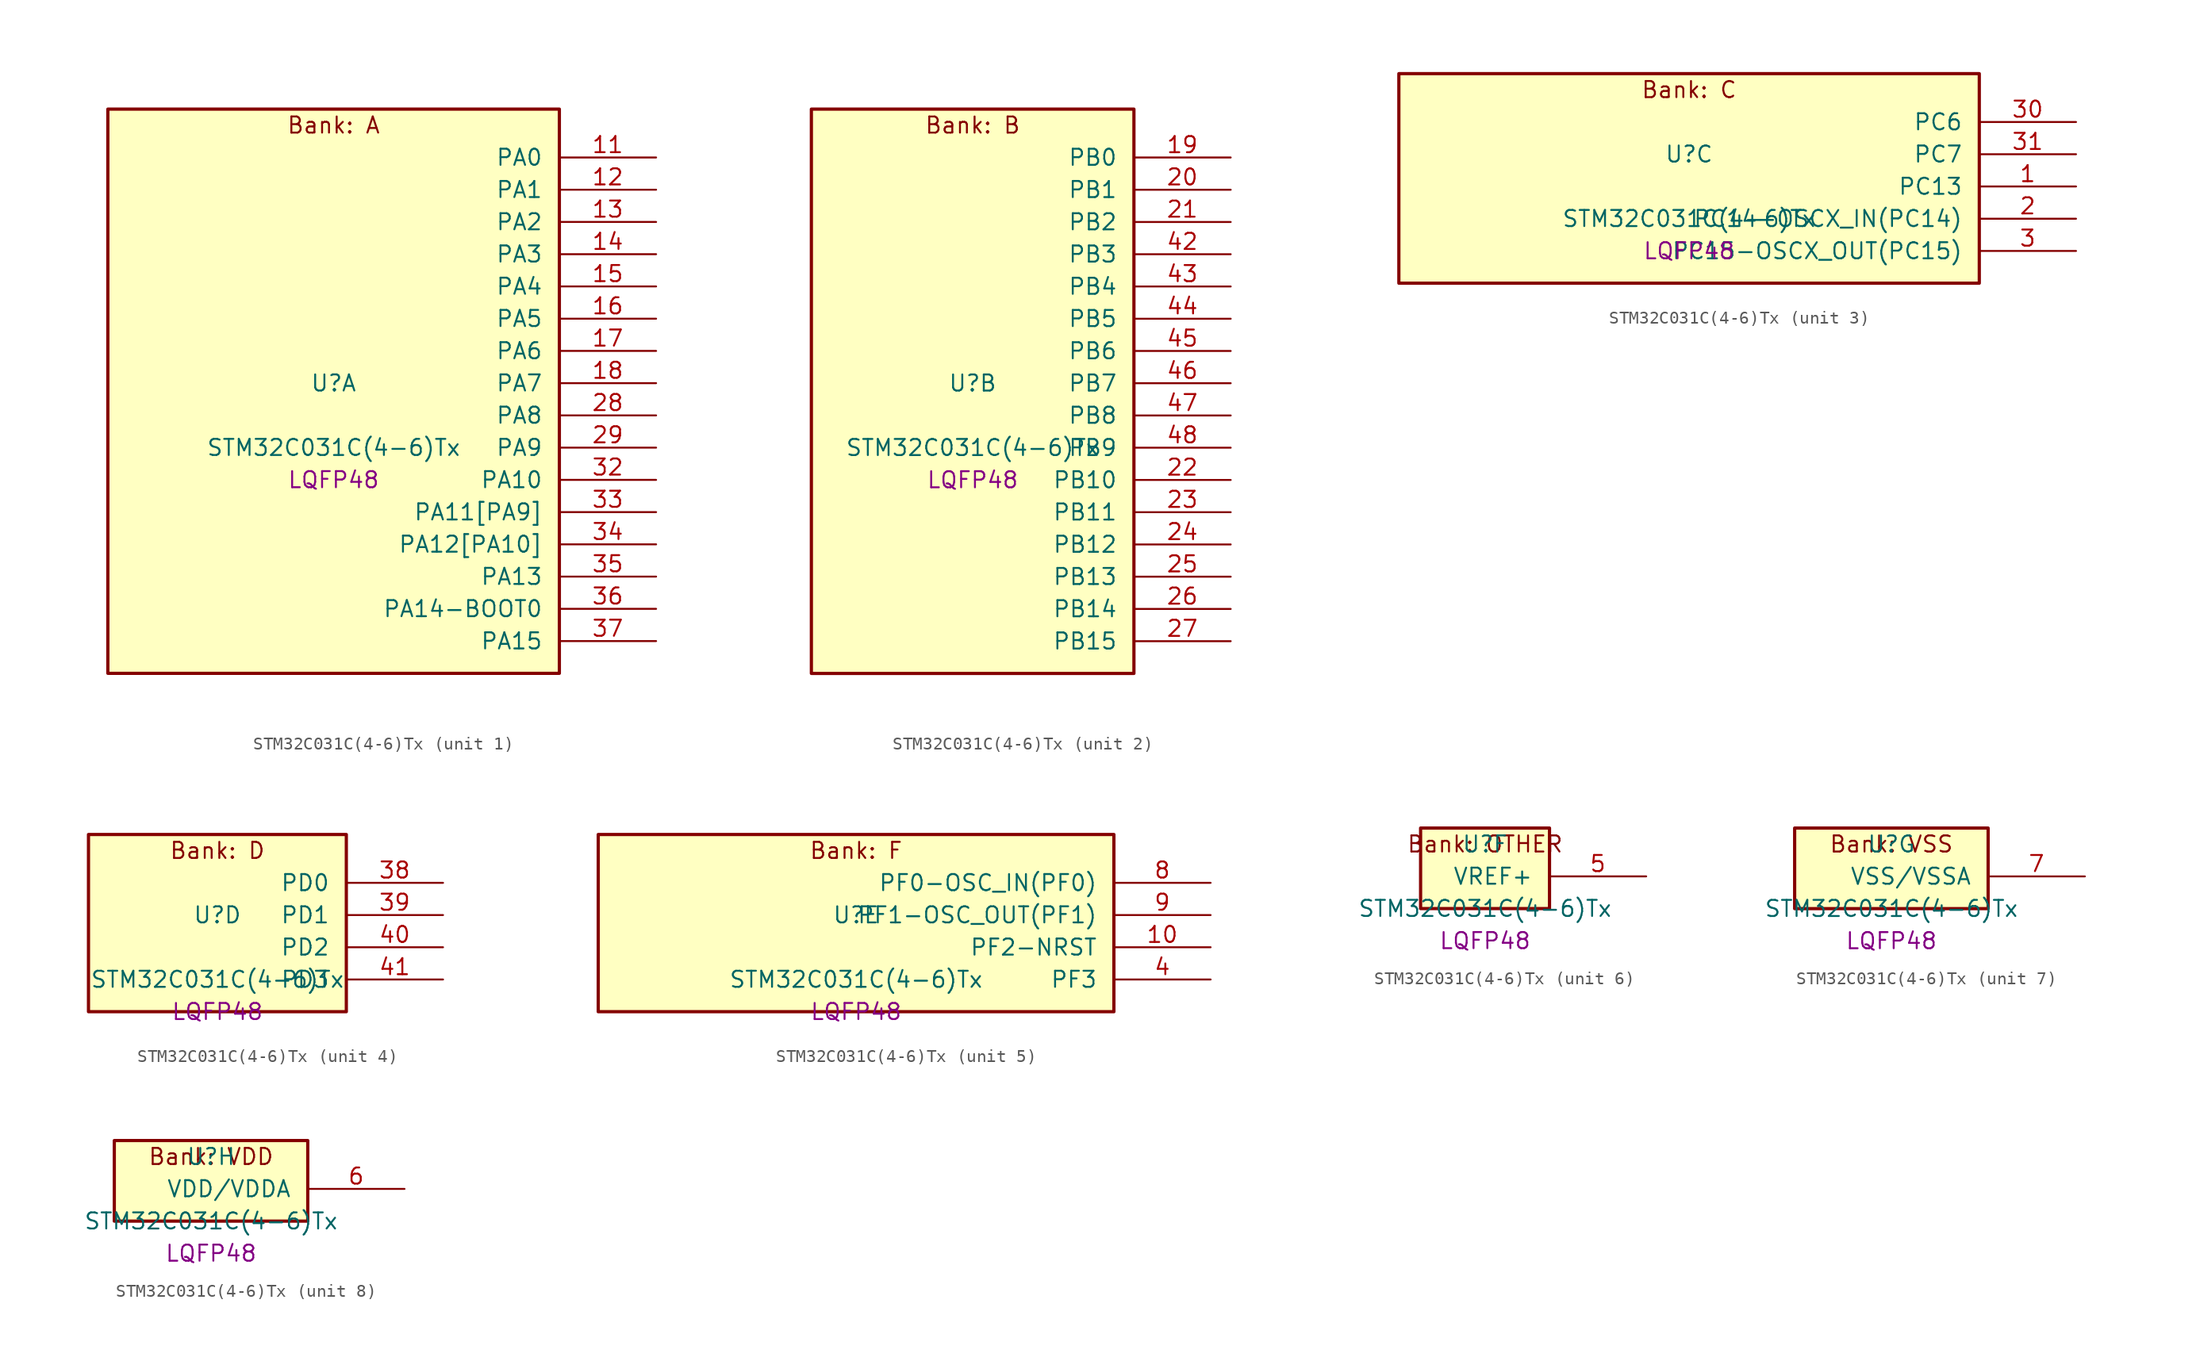
<source format=kicad_sym>
(kicad_symbol_lib
  (version 20241209)
  (generator "stm32_pkl_generator")
  (generator_version "1.0")
  (symbol "STM32C031C(4-6)Tx"
    (pin_names
      (offset 1.27))
    (property "Reference" "U"
      (at 0 2.54 0))
    (property "Value" "STM32C031C(4-6)Tx"
      (at 0 -2.54 0))
    (property "Footprint" "LQFP48"
      (at 0 -5.08 0))
    (symbol "STM32C031C(4-6)Tx_1_1"
      (rectangle (start -17.78 24.13) (end 17.78 -20.32) (stroke (width 0.254) (type solid)) (fill (type background)))
      (text "Bank: A" (at 0 22.86 0))
      (pin bidirectional line (at 25.4 20.32 180) (length 7.62) (name "PA0") (number "11") (alternate "PA0/ADC1_IN0" bidirectional line) (alternate "PA0/PWR_WKUP1" bidirectional line) (alternate "PA0/TIM16_CH1" bidirectional line) (alternate "PA0/TIM1_CH1" bidirectional line) (alternate "PA0/USART1_TX" bidirectional line) (alternate "PA0/USART2_CTS" bidirectional line) (alternate "PA0/USART2_NSS" bidirectional line))
      (pin bidirectional line (at 25.4 17.78 180) (length 7.62) (name "PA1") (number "12") (alternate "PA1/ADC1_IN1" bidirectional line) (alternate "PA1/I2C1_SMBA" bidirectional line) (alternate "PA1/I2S1_CK" bidirectional line) (alternate "PA1/SPI1_SCK" bidirectional line) (alternate "PA1/TIM17_CH1" bidirectional line) (alternate "PA1/TIM1_CH2" bidirectional line) (alternate "PA1/USART1_RX" bidirectional line) (alternate "PA1/USART2_CK" bidirectional line) (alternate "PA1/USART2_DE" bidirectional line) (alternate "PA1/USART2_RTS" bidirectional line))
      (pin bidirectional line (at 25.4 15.24 180) (length 7.62) (name "PA2") (number "13") (alternate "PA2/ADC1_IN2" bidirectional line) (alternate "PA2/I2S1_SD" bidirectional line) (alternate "PA2/PWR_WKUP4" bidirectional line) (alternate "PA2/RCC_LSCO" bidirectional line) (alternate "PA2/SPI1_MOSI" bidirectional line) (alternate "PA2/TIM16_CH1N" bidirectional line) (alternate "PA2/TIM1_CH3" bidirectional line) (alternate "PA2/TIM3_ETR" bidirectional line) (alternate "PA2/USART2_TX" bidirectional line))
      (pin bidirectional line (at 25.4 12.7 180) (length 7.62) (name "PA3") (number "14") (alternate "PA3/ADC1_IN3" bidirectional line) (alternate "PA3/TIM1_CH1N" bidirectional line) (alternate "PA3/TIM1_CH4" bidirectional line) (alternate "PA3/USART2_RX" bidirectional line))
      (pin bidirectional line (at 25.4 10.16 180) (length 7.62) (name "PA4") (number "15") (alternate "PA4/ADC1_IN4" bidirectional line) (alternate "PA4/I2S1_WS" bidirectional line) (alternate "PA4/RTC_OUT2" bidirectional line) (alternate "PA4/SPI1_NSS" bidirectional line) (alternate "PA4/TIM14_CH1" bidirectional line) (alternate "PA4/TIM17_CH1N" bidirectional line) (alternate "PA4/TIM1_CH2N" bidirectional line) (alternate "PA4/USART2_TX" bidirectional line))
      (pin bidirectional line (at 25.4 7.62 180) (length 7.62) (name "PA5") (number "16") (alternate "PA5/ADC1_IN5" bidirectional line) (alternate "PA5/I2S1_CK" bidirectional line) (alternate "PA5/SPI1_SCK" bidirectional line) (alternate "PA5/TIM1_CH1" bidirectional line) (alternate "PA5/TIM1_CH3N" bidirectional line) (alternate "PA5/USART2_RX" bidirectional line))
      (pin bidirectional line (at 25.4 5.08 180) (length 7.62) (name "PA6") (number "17") (alternate "PA6/ADC1_IN6" bidirectional line) (alternate "PA6/I2S1_MCK" bidirectional line) (alternate "PA6/SPI1_MISO" bidirectional line) (alternate "PA6/TIM16_CH1" bidirectional line) (alternate "PA6/TIM1_BKIN" bidirectional line) (alternate "PA6/TIM3_CH1" bidirectional line))
      (pin bidirectional line (at 25.4 2.54 180) (length 7.62) (name "PA7") (number "18") (alternate "PA7/ADC1_IN7" bidirectional line) (alternate "PA7/I2S1_SD" bidirectional line) (alternate "PA7/SPI1_MOSI" bidirectional line) (alternate "PA7/TIM14_CH1" bidirectional line) (alternate "PA7/TIM17_CH1" bidirectional line) (alternate "PA7/TIM1_CH1N" bidirectional line) (alternate "PA7/TIM3_CH2" bidirectional line))
      (pin bidirectional line (at 25.4 0 180) (length 7.62) (name "PA8") (number "28") (alternate "PA8/ADC1_IN8" bidirectional line) (alternate "PA8/I2S1_WS" bidirectional line) (alternate "PA8/RCC_MCO" bidirectional line) (alternate "PA8/RCC_MCO_2" bidirectional line) (alternate "PA8/SPI1_NSS" bidirectional line) (alternate "PA8/TIM14_CH1" bidirectional line) (alternate "PA8/TIM1_CH1" bidirectional line) (alternate "PA8/TIM1_CH2N" bidirectional line) (alternate "PA8/TIM1_CH3N" bidirectional line) (alternate "PA8/TIM3_CH3" bidirectional line) (alternate "PA8/TIM3_CH4" bidirectional line) (alternate "PA8/USART1_RX" bidirectional line) (alternate "PA8/USART2_TX" bidirectional line))
      (pin bidirectional line (at 25.4 -2.54 180) (length 7.62) (name "PA9") (number "29") (alternate "PA9/I2C1_SCL" bidirectional line) (alternate "PA9/RCC_MCO" bidirectional line) (alternate "PA9/TIM1_CH2" bidirectional line) (alternate "PA9/TIM3_ETR" bidirectional line) (alternate "PA9/USART1_TX" bidirectional line) (alternate "PA9/NC" bidirectional line))
      (pin bidirectional line (at 25.4 -5.08 180) (length 7.62) (name "PA10") (number "32") (alternate "PA10/I2C1_SDA" bidirectional line) (alternate "PA10/RCC_MCO_2" bidirectional line) (alternate "PA10/TIM17_BKIN" bidirectional line) (alternate "PA10/TIM1_CH3" bidirectional line) (alternate "PA10/USART1_RX" bidirectional line) (alternate "PA10/NC" bidirectional line))
      (pin bidirectional line (at 25.4 -7.62 180) (length 7.62) (name "PA11[PA9]") (number "33") (alternate "PA11[PA9]/ADC1_EXTI11" bidirectional line) (alternate "PA11[PA9]/ADC1_IN11" bidirectional line) (alternate "PA11[PA9]/I2S1_MCK" bidirectional line) (alternate "PA11[PA9]/SPI1_MISO" bidirectional line) (alternate "PA11[PA9]/TIM1_BKIN2" bidirectional line) (alternate "PA11[PA9]/TIM1_CH4" bidirectional line) (alternate "PA11[PA9]/USART1_CTS" bidirectional line) (alternate "PA11[PA9]/USART1_NSS" bidirectional line) (alternate "PA11[PA9]/PA9[PA11]" bidirectional line) (alternate "PA11[PA9]/I2C1_SCL" bidirectional line) (alternate "PA11[PA9]/RCC_MCO" bidirectional line) (alternate "PA11[PA9]/TIM1_CH2" bidirectional line) (alternate "PA11[PA9]/TIM3_ETR" bidirectional line) (alternate "PA11[PA9]/USART1_TX" bidirectional line))
      (pin bidirectional line (at 25.4 -10.16 180) (length 7.62) (name "PA12[PA10]") (number "34") (alternate "PA12[PA10]/ADC1_IN12" bidirectional line) (alternate "PA12[PA10]/I2S1_SD" bidirectional line) (alternate "PA12[PA10]/I2S_CKIN" bidirectional line) (alternate "PA12[PA10]/SPI1_MOSI" bidirectional line) (alternate "PA12[PA10]/TIM1_ETR" bidirectional line) (alternate "PA12[PA10]/USART1_CK" bidirectional line) (alternate "PA12[PA10]/USART1_DE" bidirectional line) (alternate "PA12[PA10]/USART1_RTS" bidirectional line) (alternate "PA12[PA10]/PA10[PA12]" bidirectional line) (alternate "PA12[PA10]/I2C1_SDA" bidirectional line) (alternate "PA12[PA10]/RCC_MCO_2" bidirectional line) (alternate "PA12[PA10]/TIM17_BKIN" bidirectional line) (alternate "PA12[PA10]/TIM1_CH3" bidirectional line) (alternate "PA12[PA10]/USART1_RX" bidirectional line))
      (pin bidirectional line (at 25.4 -12.7 180) (length 7.62) (name "PA13") (number "35") (alternate "PA13/ADC1_IN13" bidirectional line) (alternate "PA13/DEBUG_SWDIO" bidirectional line) (alternate "PA13/IR_OUT" bidirectional line) (alternate "PA13/TIM3_ETR" bidirectional line) (alternate "PA13/USART2_RX" bidirectional line))
      (pin bidirectional line (at 25.4 -15.24 180) (length 7.62) (name "PA14-BOOT0") (number "36") (alternate "PA14-BOOT0/ADC1_IN14" bidirectional line) (alternate "PA14-BOOT0/DEBUG_SWCLK" bidirectional line) (alternate "PA14-BOOT0/I2S1_WS" bidirectional line) (alternate "PA14-BOOT0/RCC_MCO_2" bidirectional line) (alternate "PA14-BOOT0/SPI1_NSS" bidirectional line) (alternate "PA14-BOOT0/TIM1_CH1" bidirectional line) (alternate "PA14-BOOT0/USART1_CK" bidirectional line) (alternate "PA14-BOOT0/USART1_DE" bidirectional line) (alternate "PA14-BOOT0/USART1_RTS" bidirectional line) (alternate "PA14-BOOT0/USART2_RX" bidirectional line) (alternate "PA14-BOOT0/USART2_TX" bidirectional line))
      (pin bidirectional line (at 25.4 -17.78 180) (length 7.62) (name "PA15") (number "37") (alternate "PA15/I2S1_WS" bidirectional line) (alternate "PA15/RCC_MCO_2" bidirectional line) (alternate "PA15/SPI1_NSS" bidirectional line) (alternate "PA15/TIM1_CH1" bidirectional line) (alternate "PA15/USART1_CK" bidirectional line) (alternate "PA15/USART1_DE" bidirectional line) (alternate "PA15/USART1_RTS" bidirectional line) (alternate "PA15/USART2_RX" bidirectional line)))
    (symbol "STM32C031C(4-6)Tx_2_1"
      (rectangle (start -12.7 24.13) (end 12.7 -20.32) (stroke (width 0.254) (type solid)) (fill (type background)))
      (text "Bank: B" (at 0 22.86 0))
      (pin bidirectional line (at 20.32 20.32 180) (length 7.62) (name "PB0") (number "19") (alternate "PB0/ADC1_IN17" bidirectional line) (alternate "PB0/I2S1_WS" bidirectional line) (alternate "PB0/SPI1_NSS" bidirectional line) (alternate "PB0/TIM1_CH2N" bidirectional line) (alternate "PB0/TIM3_CH3" bidirectional line))
      (pin bidirectional line (at 20.32 17.78 180) (length 7.62) (name "PB1") (number "20") (alternate "PB1/ADC1_IN18" bidirectional line) (alternate "PB1/TIM14_CH1" bidirectional line) (alternate "PB1/TIM1_CH2N" bidirectional line) (alternate "PB1/TIM1_CH3N" bidirectional line) (alternate "PB1/TIM3_CH4" bidirectional line))
      (pin bidirectional line (at 20.32 15.24 180) (length 7.62) (name "PB2") (number "21") (alternate "PB2/ADC1_IN19" bidirectional line) (alternate "PB2/RCC_MCO_2" bidirectional line) (alternate "PB2/USART1_RX" bidirectional line))
      (pin bidirectional line (at 20.32 12.7 180) (length 7.62) (name "PB3") (number "42") (alternate "PB3/I2S1_CK" bidirectional line) (alternate "PB3/SPI1_SCK" bidirectional line) (alternate "PB3/TIM1_CH2" bidirectional line) (alternate "PB3/TIM3_CH2" bidirectional line) (alternate "PB3/USART1_CK" bidirectional line) (alternate "PB3/USART1_DE" bidirectional line) (alternate "PB3/USART1_RTS" bidirectional line))
      (pin bidirectional line (at 20.32 10.16 180) (length 7.62) (name "PB4") (number "43") (alternate "PB4/I2S1_MCK" bidirectional line) (alternate "PB4/SPI1_MISO" bidirectional line) (alternate "PB4/TIM17_BKIN" bidirectional line) (alternate "PB4/TIM3_CH1" bidirectional line) (alternate "PB4/USART1_CTS" bidirectional line) (alternate "PB4/USART1_NSS" bidirectional line))
      (pin bidirectional line (at 20.32 7.62 180) (length 7.62) (name "PB5") (number "44") (alternate "PB5/I2C1_SMBA" bidirectional line) (alternate "PB5/I2S1_SD" bidirectional line) (alternate "PB5/PWR_WKUP6" bidirectional line) (alternate "PB5/SPI1_MOSI" bidirectional line) (alternate "PB5/TIM16_BKIN" bidirectional line) (alternate "PB5/TIM3_CH2" bidirectional line) (alternate "PB5/TIM3_CH3" bidirectional line))
      (pin bidirectional line (at 20.32 5.08 180) (length 7.62) (name "PB6") (number "45") (alternate "PB6/I2C1_SCL" bidirectional line) (alternate "PB6/I2C1_SMBA" bidirectional line) (alternate "PB6/I2S1_CK" bidirectional line) (alternate "PB6/I2S1_MCK" bidirectional line) (alternate "PB6/I2S1_SD" bidirectional line) (alternate "PB6/PWR_WKUP3" bidirectional line) (alternate "PB6/SPI1_MISO" bidirectional line) (alternate "PB6/SPI1_MOSI" bidirectional line) (alternate "PB6/SPI1_SCK" bidirectional line) (alternate "PB6/TIM16_BKIN" bidirectional line) (alternate "PB6/TIM16_CH1N" bidirectional line) (alternate "PB6/TIM17_BKIN" bidirectional line) (alternate "PB6/TIM1_CH2" bidirectional line) (alternate "PB6/TIM1_CH3" bidirectional line) (alternate "PB6/TIM3_CH1" bidirectional line) (alternate "PB6/TIM3_CH2" bidirectional line) (alternate "PB6/TIM3_CH3" bidirectional line) (alternate "PB6/USART1_CK" bidirectional line) (alternate "PB6/USART1_CTS" bidirectional line) (alternate "PB6/USART1_DE" bidirectional line) (alternate "PB6/USART1_NSS" bidirectional line) (alternate "PB6/USART1_RTS" bidirectional line) (alternate "PB6/USART1_TX" bidirectional line))
      (pin bidirectional line (at 20.32 2.54 180) (length 7.62) (name "PB7") (number "46") (alternate "PB7/I2C1_SCL" bidirectional line) (alternate "PB7/I2C1_SDA" bidirectional line) (alternate "PB7/TIM16_CH1" bidirectional line) (alternate "PB7/TIM17_CH1N" bidirectional line) (alternate "PB7/TIM1_CH4" bidirectional line) (alternate "PB7/TIM3_CH1" bidirectional line) (alternate "PB7/TIM3_CH4" bidirectional line) (alternate "PB7/USART1_RX" bidirectional line) (alternate "PB7/USART2_CTS" bidirectional line) (alternate "PB7/USART2_NSS" bidirectional line))
      (pin bidirectional line (at 20.32 0 180) (length 7.62) (name "PB8") (number "47") (alternate "PB8/I2C1_SCL" bidirectional line) (alternate "PB8/TIM16_CH1" bidirectional line) (alternate "PB8/TIM3_CH1" bidirectional line) (alternate "PB8/USART2_CTS" bidirectional line) (alternate "PB8/USART2_NSS" bidirectional line))
      (pin bidirectional line (at 20.32 -2.54 180) (length 7.62) (name "PB9") (number "48") (alternate "PB9/I2C1_SDA" bidirectional line) (alternate "PB9/IR_OUT" bidirectional line) (alternate "PB9/TIM17_CH1" bidirectional line) (alternate "PB9/TIM3_CH2" bidirectional line) (alternate "PB9/USART2_CK" bidirectional line) (alternate "PB9/USART2_DE" bidirectional line) (alternate "PB9/USART2_RTS" bidirectional line))
      (pin bidirectional line (at 20.32 -5.08 180) (length 7.62) (name "PB10") (number "22") (alternate "PB10/ADC1_IN20" bidirectional line))
      (pin bidirectional line (at 20.32 -7.62 180) (length 7.62) (name "PB11") (number "23") (alternate "PB11/ADC1_EXTI11" bidirectional line) (alternate "PB11/ADC1_IN21" bidirectional line))
      (pin bidirectional line (at 20.32 -10.16 180) (length 7.62) (name "PB12") (number "24") (alternate "PB12/ADC1_IN22" bidirectional line) (alternate "PB12/TIM1_BKIN" bidirectional line) (alternate "PB12/TIM1_BKIN2" bidirectional line))
      (pin bidirectional line (at 20.32 -12.7 180) (length 7.62) (name "PB13") (number "25") (alternate "PB13/TIM1_CH1N" bidirectional line))
      (pin bidirectional line (at 20.32 -15.24 180) (length 7.62) (name "PB14") (number "26") (alternate "PB14/TIM1_CH2N" bidirectional line))
      (pin bidirectional line (at 20.32 -17.78 180) (length 7.62) (name "PB15") (number "27") (alternate "PB15/RTC_REFIN" bidirectional line) (alternate "PB15/TIM1_CH3N" bidirectional line)))
    (symbol "STM32C031C(4-6)Tx_3_1"
      (rectangle (start -22.86 8.89) (end 22.86 -7.62) (stroke (width 0.254) (type solid)) (fill (type background)))
      (text "Bank: C" (at 0 7.62 0))
      (pin bidirectional line (at 30.48 5.08 180) (length 7.62) (name "PC6") (number "30") (alternate "PC6/TIM3_CH1" bidirectional line))
      (pin bidirectional line (at 30.48 2.54 180) (length 7.62) (name "PC7") (number "31") (alternate "PC7/TIM3_CH2" bidirectional line))
      (pin bidirectional line (at 30.48 0 180) (length 7.62) (name "PC13") (number "1") (alternate "PC13/PWR_WKUP2" bidirectional line) (alternate "PC13/RTC_OUT1" bidirectional line) (alternate "PC13/RTC_TS" bidirectional line) (alternate "PC13/TIM1_BKIN" bidirectional line) (alternate "PC13/TIM1_ETR" bidirectional line))
      (pin bidirectional line (at 30.48 -2.54 180) (length 7.62) (name "PC14-OSCX_IN(PC14)") (number "2") (alternate "PC14-OSCX_IN(PC14)/I2C1_SDA" bidirectional line) (alternate "PC14-OSCX_IN(PC14)/IR_OUT" bidirectional line) (alternate "PC14-OSCX_IN(PC14)/RCC_OSCX_IN" bidirectional line) (alternate "PC14-OSCX_IN(PC14)/TIM17_CH1" bidirectional line) (alternate "PC14-OSCX_IN(PC14)/TIM1_BKIN2" bidirectional line) (alternate "PC14-OSCX_IN(PC14)/TIM1_ETR" bidirectional line) (alternate "PC14-OSCX_IN(PC14)/TIM3_CH2" bidirectional line) (alternate "PC14-OSCX_IN(PC14)/USART1_TX" bidirectional line) (alternate "PC14-OSCX_IN(PC14)/USART2_CK" bidirectional line) (alternate "PC14-OSCX_IN(PC14)/USART2_DE" bidirectional line) (alternate "PC14-OSCX_IN(PC14)/USART2_RTS" bidirectional line))
      (pin bidirectional line (at 30.48 -5.08 180) (length 7.62) (name "PC15-OSCX_OUT(PC15)") (number "3") (alternate "PC15-OSCX_OUT(PC15)/RCC_OSC32_EN" bidirectional line) (alternate "PC15-OSCX_OUT(PC15)/RCC_OSCX_OUT" bidirectional line) (alternate "PC15-OSCX_OUT(PC15)/RCC_OSC_EN" bidirectional line) (alternate "PC15-OSCX_OUT(PC15)/TIM1_ETR" bidirectional line) (alternate "PC15-OSCX_OUT(PC15)/TIM3_CH3" bidirectional line)))
    (symbol "STM32C031C(4-6)Tx_4_1"
      (rectangle (start -10.16 8.89) (end 10.16 -5.08) (stroke (width 0.254) (type solid)) (fill (type background)))
      (text "Bank: D" (at 0 7.62 0))
      (pin bidirectional line (at 17.78 5.08 180) (length 7.62) (name "PD0") (number "38") (alternate "PD0/TIM16_CH1" bidirectional line))
      (pin bidirectional line (at 17.78 2.54 180) (length 7.62) (name "PD1") (number "39") (alternate "PD1/TIM17_CH1" bidirectional line))
      (pin bidirectional line (at 17.78 0 180) (length 7.62) (name "PD2") (number "40") (alternate "PD2/TIM1_CH1N" bidirectional line) (alternate "PD2/TIM3_ETR" bidirectional line))
      (pin bidirectional line (at 17.78 -2.54 180) (length 7.62) (name "PD3") (number "41") (alternate "PD3/TIM1_CH2N" bidirectional line) (alternate "PD3/USART2_CTS" bidirectional line) (alternate "PD3/USART2_NSS" bidirectional line)))
    (symbol "STM32C031C(4-6)Tx_5_1"
      (rectangle (start -20.32 8.89) (end 20.32 -5.08) (stroke (width 0.254) (type solid)) (fill (type background)))
      (text "Bank: F" (at 0 7.62 0))
      (pin bidirectional line (at 27.94 5.08 180) (length 7.62) (name "PF0-OSC_IN(PF0)") (number "8") (alternate "PF0-OSC_IN(PF0)/RCC_OSC_IN" bidirectional line) (alternate "PF0-OSC_IN(PF0)/TIM14_CH1" bidirectional line))
      (pin bidirectional line (at 27.94 2.54 180) (length 7.62) (name "PF1-OSC_OUT(PF1)") (number "9") (alternate "PF1-OSC_OUT(PF1)/RCC_OSC_EN" bidirectional line) (alternate "PF1-OSC_OUT(PF1)/RCC_OSC_OUT" bidirectional line))
      (pin bidirectional line (at 27.94 0 180) (length 7.62) (name "PF2-NRST") (number "10") (alternate "PF2-NRST/RCC_MCO" bidirectional line) (alternate "PF2-NRST/TIM1_CH4" bidirectional line))
      (pin bidirectional line (at 27.94 -2.54 180) (length 7.62) (name "PF3") (number "4")))
    (symbol "STM32C031C(4-6)Tx_6_1"
      (rectangle (start -5.08 3.81) (end 5.08 -2.54) (stroke (width 0.254) (type solid)) (fill (type background)))
      (text "Bank: OTHER" (at 0 2.54 0))
      (pin bidirectional line (at 12.7 0 180) (length 7.62) (name "VREF+") (number "5")))
    (symbol "STM32C031C(4-6)Tx_7_1"
      (rectangle (start -7.62 3.81) (end 7.62 -2.54) (stroke (width 0.254) (type solid)) (fill (type background)))
      (text "Bank: VSS" (at 0 2.54 0))
      (pin power_in line (at 15.24 0 180) (length 7.62) (name "VSS/VSSA") (number "7")))
    (symbol "STM32C031C(4-6)Tx_8_1"
      (rectangle (start -7.62 3.81) (end 7.62 -2.54) (stroke (width 0.254) (type solid)) (fill (type background)))
      (text "Bank: VDD" (at 0 2.54 0))
      (pin power_in line (at 15.24 0 180) (length 7.62) (name "VDD/VDDA") (number "6")))))
</source>
